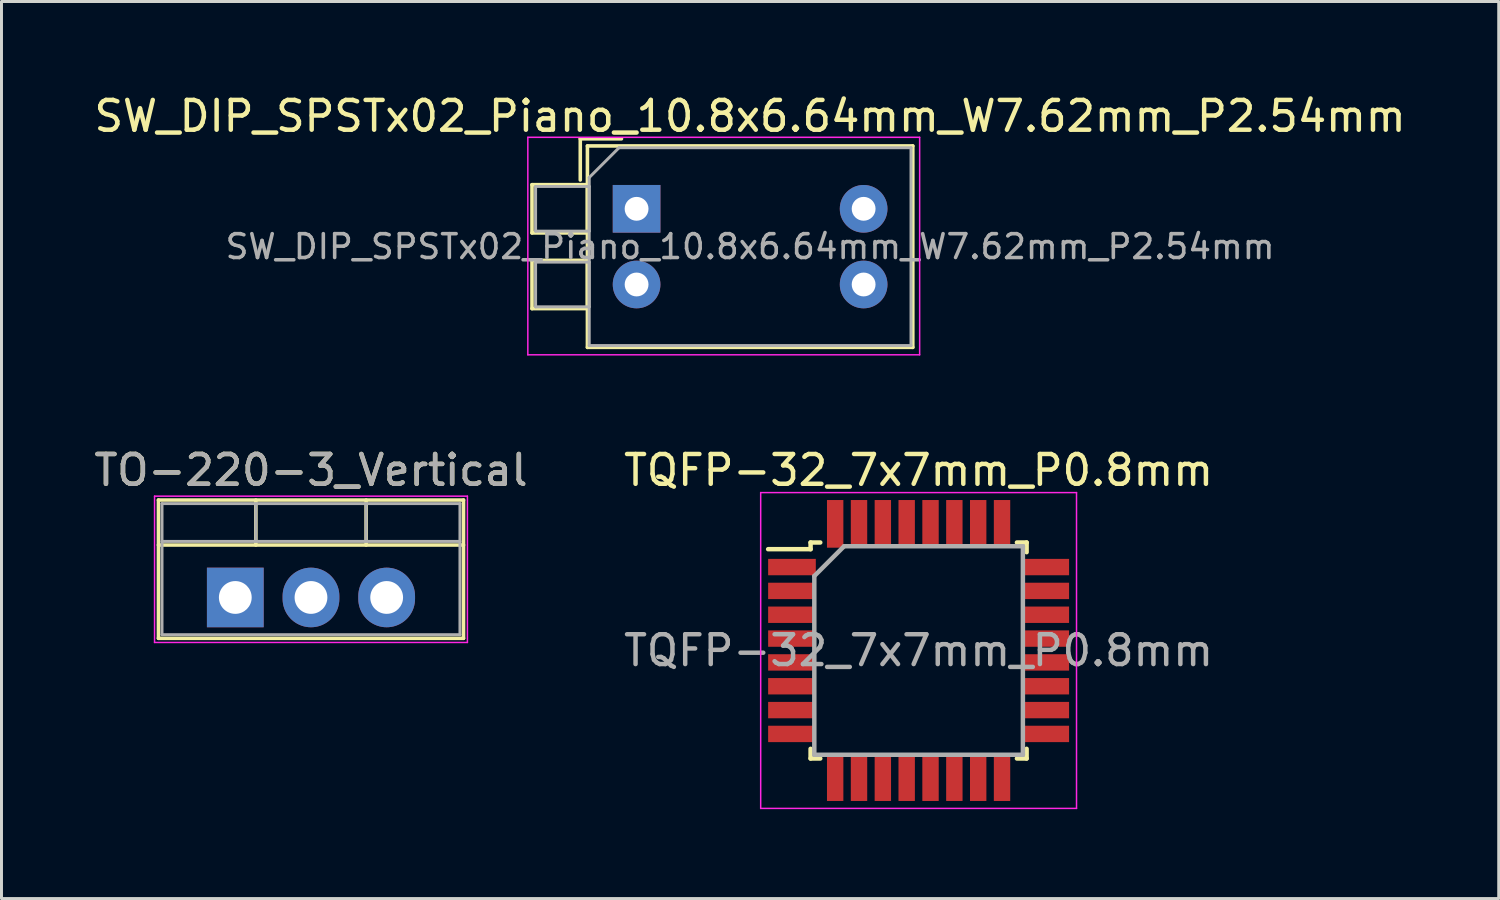
<source format=kicad_pcb>
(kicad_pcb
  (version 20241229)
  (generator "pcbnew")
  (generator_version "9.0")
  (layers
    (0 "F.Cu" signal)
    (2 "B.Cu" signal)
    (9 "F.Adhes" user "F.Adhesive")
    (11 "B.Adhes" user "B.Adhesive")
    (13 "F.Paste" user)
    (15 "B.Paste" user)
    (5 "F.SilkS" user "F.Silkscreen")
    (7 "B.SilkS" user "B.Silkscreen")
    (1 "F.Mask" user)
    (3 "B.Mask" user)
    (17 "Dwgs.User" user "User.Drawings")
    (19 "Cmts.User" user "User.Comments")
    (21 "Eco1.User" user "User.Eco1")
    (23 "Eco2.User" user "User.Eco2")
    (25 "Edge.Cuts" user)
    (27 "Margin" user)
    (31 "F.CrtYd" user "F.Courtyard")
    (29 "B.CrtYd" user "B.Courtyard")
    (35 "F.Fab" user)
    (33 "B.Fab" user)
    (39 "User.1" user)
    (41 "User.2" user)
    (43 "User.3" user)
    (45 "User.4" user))
  (footprint "TO-220-3_Vertical"
    (layer "F.Cu")
    (at 4.847 17.002)
    (property "Reference" "TO-220-3_Vertical" (at 2.54 -4.27 0) (layer "F.SilkS") (effects (font (size 1 1) (thickness 0.15))))
    (attr through_hole)
    (fp_line (start -2.58 -3.27) (end -2.58 1.371) (stroke (width 0.12) (type solid)) (layer "F.SilkS"))
    (fp_line (start -2.58 -3.27) (end 7.66 -3.27) (stroke (width 0.12) (type solid)) (layer "F.SilkS"))
    (fp_line (start -2.58 -1.76) (end 7.66 -1.76) (stroke (width 0.12) (type solid)) (layer "F.SilkS"))
    (fp_line (start -2.58 1.371) (end 7.66 1.371) (stroke (width 0.12) (type solid)) (layer "F.SilkS"))
    (fp_line (start 0.69 -3.27) (end 0.69 -1.76) (stroke (width 0.12) (type solid)) (layer "F.SilkS"))
    (fp_line (start 4.391 -3.27) (end 4.391 -1.76) (stroke (width 0.12) (type solid)) (layer "F.SilkS"))
    (fp_line (start 7.66 -3.27) (end 7.66 1.371) (stroke (width 0.12) (type solid)) (layer "F.SilkS"))
    (fp_line (start -2.71 -3.4) (end -2.71 1.51) (stroke (width 0.05) (type solid)) (layer "F.CrtYd"))
    (fp_line (start -2.71 1.51) (end 7.79 1.51) (stroke (width 0.05) (type solid)) (layer "F.CrtYd"))
    (fp_line (start 7.79 -3.4) (end -2.71 -3.4) (stroke (width 0.05) (type solid)) (layer "F.CrtYd"))
    (fp_line (start 7.79 1.51) (end 7.79 -3.4) (stroke (width 0.05) (type solid)) (layer "F.CrtYd"))
    (fp_line (start -2.46 -3.15) (end -2.46 1.25) (stroke (width 0.1) (type solid)) (layer "F.Fab"))
    (fp_line (start -2.46 -1.88) (end 7.54 -1.88) (stroke (width 0.1) (type solid)) (layer "F.Fab"))
    (fp_line (start -2.46 1.25) (end 7.54 1.25) (stroke (width 0.1) (type solid)) (layer "F.Fab"))
    (fp_line (start 0.69 -3.15) (end 0.69 -1.88) (stroke (width 0.1) (type solid)) (layer "F.Fab"))
    (fp_line (start 4.39 -3.15) (end 4.39 -1.88) (stroke (width 0.1) (type solid)) (layer "F.Fab"))
    (fp_line (start 7.54 -3.15) (end -2.46 -3.15) (stroke (width 0.1) (type solid)) (layer "F.Fab"))
    (fp_line (start 7.54 1.25) (end 7.54 -3.15) (stroke (width 0.1) (type solid)) (layer "F.Fab"))
    (fp_text user "${REFERENCE}" (at 2.54 -4.27 0) (layer "F.Fab") (effects (font (size 1 1) (thickness 0.15))))
    (pad "1" thru_hole rect (at 0 0) (size 1.905 2) (drill 1.1) (layers "*.Cu" "*.Mask"))
    (pad "2" thru_hole oval (at 2.54 0) (size 1.905 2) (drill 1.1) (layers "*.Cu" "*.Mask"))
    (pad "3" thru_hole oval (at 5.08 0) (size 1.905 2) (drill 1.1) (layers "*.Cu" "*.Mask")))
  (footprint "SW_DIP_SPSTx02_Piano_10.8x6.64mm_W7.62mm_P2.54mm"
    (layer "F.Cu")
    (at 18.315 3.958)
    (property "Reference" "SW_DIP_SPSTx02_Piano_10.8x6.64mm_W7.62mm_P2.54mm" (at 3.81 -3.11 180) (layer "F.SilkS") (effects (font (size 1 1) (thickness 0.15))))
    (attr through_hole)
    (fp_line (start -3.51 -0.81) (end -3.51 0.81) (stroke (width 0.12) (type solid)) (layer "F.SilkS"))
    (fp_line (start -3.51 -0.81) (end -1.65 -0.81) (stroke (width 0.12) (type solid)) (layer "F.SilkS"))
    (fp_line (start -3.51 0.81) (end -1.65 0.81) (stroke (width 0.12) (type solid)) (layer "F.SilkS"))
    (fp_line (start -3.51 1.73) (end -3.51 3.35) (stroke (width 0.12) (type solid)) (layer "F.SilkS"))
    (fp_line (start -3.51 1.73) (end -1.65 1.73) (stroke (width 0.12) (type solid)) (layer "F.SilkS"))
    (fp_line (start -3.51 3.35) (end -1.65 3.35) (stroke (width 0.12) (type solid)) (layer "F.SilkS"))
    (fp_line (start -1.89 -2.35) (end -1.89 -0.967) (stroke (width 0.12) (type solid)) (layer "F.SilkS"))
    (fp_line (start -1.89 -2.35) (end -0.507 -2.35) (stroke (width 0.12) (type solid)) (layer "F.SilkS"))
    (fp_line (start -1.65 -2.11) (end -1.65 4.65) (stroke (width 0.12) (type solid)) (layer "F.SilkS"))
    (fp_line (start -1.65 -2.11) (end 9.27 -2.11) (stroke (width 0.12) (type solid)) (layer "F.SilkS"))
    (fp_line (start -1.65 -0.81) (end -1.65 0.81) (stroke (width 0.12) (type solid)) (layer "F.SilkS"))
    (fp_line (start -1.65 1.73) (end -1.65 3.35) (stroke (width 0.12) (type solid)) (layer "F.SilkS"))
    (fp_line (start -1.65 4.65) (end 9.27 4.65) (stroke (width 0.12) (type solid)) (layer "F.SilkS"))
    (fp_line (start 9.27 -2.11) (end 9.27 4.65) (stroke (width 0.12) (type solid)) (layer "F.SilkS"))
    (fp_line (start -3.65 -2.4) (end -3.65 4.9) (stroke (width 0.05) (type solid)) (layer "F.CrtYd"))
    (fp_line (start -3.65 4.9) (end 9.5 4.9) (stroke (width 0.05) (type solid)) (layer "F.CrtYd"))
    (fp_line (start 9.5 -2.4) (end -3.65 -2.4) (stroke (width 0.05) (type solid)) (layer "F.CrtYd"))
    (fp_line (start 9.5 4.9) (end 9.5 -2.4) (stroke (width 0.05) (type solid)) (layer "F.CrtYd"))
    (fp_line (start -3.39 -0.75) (end -1.59 -0.75) (stroke (width 0.1) (type solid)) (layer "F.Fab"))
    (fp_line (start -3.39 0.75) (end -3.39 -0.75) (stroke (width 0.1) (type solid)) (layer "F.Fab"))
    (fp_line (start -3.39 1.79) (end -1.59 1.79) (stroke (width 0.1) (type solid)) (layer "F.Fab"))
    (fp_line (start -3.39 3.29) (end -3.39 1.79) (stroke (width 0.1) (type solid)) (layer "F.Fab"))
    (fp_line (start -1.59 -1.05) (end -0.59 -2.05) (stroke (width 0.1) (type solid)) (layer "F.Fab"))
    (fp_line (start -1.59 -0.75) (end -1.59 0.75) (stroke (width 0.1) (type solid)) (layer "F.Fab"))
    (fp_line (start -1.59 0.75) (end -3.39 0.75) (stroke (width 0.1) (type solid)) (layer "F.Fab"))
    (fp_line (start -1.59 1.79) (end -1.59 3.29) (stroke (width 0.1) (type solid)) (layer "F.Fab"))
    (fp_line (start -1.59 3.29) (end -3.39 3.29) (stroke (width 0.1) (type solid)) (layer "F.Fab"))
    (fp_line (start -1.59 4.59) (end -1.59 -1.05) (stroke (width 0.1) (type solid)) (layer "F.Fab"))
    (fp_line (start -0.59 -2.05) (end 9.21 -2.05) (stroke (width 0.1) (type solid)) (layer "F.Fab"))
    (fp_line (start 9.21 -2.05) (end 9.21 4.59) (stroke (width 0.1) (type solid)) (layer "F.Fab"))
    (fp_line (start 9.21 4.59) (end -1.59 4.59) (stroke (width 0.1) (type solid)) (layer "F.Fab"))
    (fp_text user "${REFERENCE}" (at 3.81 1.27 180) (layer "F.Fab") (effects (font (size 0.8 0.8) (thickness 0.12))))
    (pad "1" thru_hole rect (at 0 0) (size 1.6 1.6) (drill 0.8) (layers "*.Cu" "*.Mask"))
    (pad "2" thru_hole oval (at 0 2.54) (size 1.6 1.6) (drill 0.8) (layers "*.Cu" "*.Mask"))
    (pad "3" thru_hole oval (at 7.62 2.54) (size 1.6 1.6) (drill 0.8) (layers "*.Cu" "*.Mask"))
    (pad "4" thru_hole oval (at 7.62 0) (size 1.6 1.6) (drill 0.8) (layers "*.Cu" "*.Mask")))
  (footprint "TQFP-32_7x7mm_P0.8mm"
    (layer "F.Cu")
    (at 27.78 18.782)
    (property "Reference" "TQFP-32_7x7mm_P0.8mm" (at 0 -6.05 0) (layer "F.SilkS") (effects (font (size 1 1) (thickness 0.15))))
    (attr smd)
    (fp_line (start -3.625 -3.625) (end -3.625 -3.4) (stroke (width 0.15) (type solid)) (layer "F.SilkS"))
    (fp_line (start -3.625 -3.625) (end -3.3 -3.625) (stroke (width 0.15) (type solid)) (layer "F.SilkS"))
    (fp_line (start -3.625 -3.4) (end -5.05 -3.4) (stroke (width 0.15) (type solid)) (layer "F.SilkS"))
    (fp_line (start -3.625 3.625) (end -3.625 3.3) (stroke (width 0.15) (type solid)) (layer "F.SilkS"))
    (fp_line (start -3.625 3.625) (end -3.3 3.625) (stroke (width 0.15) (type solid)) (layer "F.SilkS"))
    (fp_line (start 3.625 -3.625) (end 3.3 -3.625) (stroke (width 0.15) (type solid)) (layer "F.SilkS"))
    (fp_line (start 3.625 -3.625) (end 3.625 -3.3) (stroke (width 0.15) (type solid)) (layer "F.SilkS"))
    (fp_line (start 3.625 3.625) (end 3.3 3.625) (stroke (width 0.15) (type solid)) (layer "F.SilkS"))
    (fp_line (start 3.625 3.625) (end 3.625 3.3) (stroke (width 0.15) (type solid)) (layer "F.SilkS"))
    (fp_line (start -5.3 -5.3) (end -5.3 5.3) (stroke (width 0.05) (type solid)) (layer "F.CrtYd"))
    (fp_line (start -5.3 -5.3) (end 5.3 -5.3) (stroke (width 0.05) (type solid)) (layer "F.CrtYd"))
    (fp_line (start -5.3 5.3) (end 5.3 5.3) (stroke (width 0.05) (type solid)) (layer "F.CrtYd"))
    (fp_line (start 5.3 -5.3) (end 5.3 5.3) (stroke (width 0.05) (type solid)) (layer "F.CrtYd"))
    (fp_line (start -3.5 -2.5) (end -2.5 -3.5) (stroke (width 0.15) (type solid)) (layer "F.Fab"))
    (fp_line (start -3.5 3.5) (end -3.5 -2.5) (stroke (width 0.15) (type solid)) (layer "F.Fab"))
    (fp_line (start -2.5 -3.5) (end 3.5 -3.5) (stroke (width 0.15) (type solid)) (layer "F.Fab"))
    (fp_line (start 3.5 -3.5) (end 3.5 3.5) (stroke (width 0.15) (type solid)) (layer "F.Fab"))
    (fp_line (start 3.5 3.5) (end -3.5 3.5) (stroke (width 0.15) (type solid)) (layer "F.Fab"))
    (fp_text user "${REFERENCE}" (at 0 0 0) (layer "F.Fab") (effects (font (size 1 1) (thickness 0.15))))
    (pad "1" smd rect (at -4.25 -2.8) (size 1.6 0.55) (layers "F.Cu" "F.Mask" "F.Paste"))
    (pad "2" smd rect (at -4.25 -2) (size 1.6 0.55) (layers "F.Cu" "F.Mask" "F.Paste"))
    (pad "3" smd rect (at -4.25 -1.2) (size 1.6 0.55) (layers "F.Cu" "F.Mask" "F.Paste"))
    (pad "4" smd rect (at -4.25 -0.4) (size 1.6 0.55) (layers "F.Cu" "F.Mask" "F.Paste"))
    (pad "5" smd rect (at -4.25 0.4) (size 1.6 0.55) (layers "F.Cu" "F.Mask" "F.Paste"))
    (pad "6" smd rect (at -4.25 1.2) (size 1.6 0.55) (layers "F.Cu" "F.Mask" "F.Paste"))
    (pad "7" smd rect (at -4.25 2) (size 1.6 0.55) (layers "F.Cu" "F.Mask" "F.Paste"))
    (pad "8" smd rect (at -4.25 2.8) (size 1.6 0.55) (layers "F.Cu" "F.Mask" "F.Paste"))
    (pad "9" smd rect (at -2.8 4.25 90) (size 1.6 0.55) (layers "F.Cu" "F.Mask" "F.Paste"))
    (pad "10" smd rect (at -2 4.25 90) (size 1.6 0.55) (layers "F.Cu" "F.Mask" "F.Paste"))
    (pad "11" smd rect (at -1.2 4.25 90) (size 1.6 0.55) (layers "F.Cu" "F.Mask" "F.Paste"))
    (pad "12" smd rect (at -0.4 4.25 90) (size 1.6 0.55) (layers "F.Cu" "F.Mask" "F.Paste"))
    (pad "13" smd rect (at 0.4 4.25 90) (size 1.6 0.55) (layers "F.Cu" "F.Mask" "F.Paste"))
    (pad "14" smd rect (at 1.2 4.25 90) (size 1.6 0.55) (layers "F.Cu" "F.Mask" "F.Paste"))
    (pad "15" smd rect (at 2 4.25 90) (size 1.6 0.55) (layers "F.Cu" "F.Mask" "F.Paste"))
    (pad "16" smd rect (at 2.8 4.25 90) (size 1.6 0.55) (layers "F.Cu" "F.Mask" "F.Paste"))
    (pad "17" smd rect (at 4.25 2.8) (size 1.6 0.55) (layers "F.Cu" "F.Mask" "F.Paste"))
    (pad "18" smd rect (at 4.25 2) (size 1.6 0.55) (layers "F.Cu" "F.Mask" "F.Paste"))
    (pad "19" smd rect (at 4.25 1.2) (size 1.6 0.55) (layers "F.Cu" "F.Mask" "F.Paste"))
    (pad "20" smd rect (at 4.25 0.4) (size 1.6 0.55) (layers "F.Cu" "F.Mask" "F.Paste"))
    (pad "21" smd rect (at 4.25 -0.4) (size 1.6 0.55) (layers "F.Cu" "F.Mask" "F.Paste"))
    (pad "22" smd rect (at 4.25 -1.2) (size 1.6 0.55) (layers "F.Cu" "F.Mask" "F.Paste"))
    (pad "23" smd rect (at 4.25 -2) (size 1.6 0.55) (layers "F.Cu" "F.Mask" "F.Paste"))
    (pad "24" smd rect (at 4.25 -2.8) (size 1.6 0.55) (layers "F.Cu" "F.Mask" "F.Paste"))
    (pad "25" smd rect (at 2.8 -4.25 90) (size 1.6 0.55) (layers "F.Cu" "F.Mask" "F.Paste"))
    (pad "26" smd rect (at 2 -4.25 90) (size 1.6 0.55) (layers "F.Cu" "F.Mask" "F.Paste"))
    (pad "27" smd rect (at 1.2 -4.25 90) (size 1.6 0.55) (layers "F.Cu" "F.Mask" "F.Paste"))
    (pad "28" smd rect (at 0.4 -4.25 90) (size 1.6 0.55) (layers "F.Cu" "F.Mask" "F.Paste"))
    (pad "29" smd rect (at -0.4 -4.25 90) (size 1.6 0.55) (layers "F.Cu" "F.Mask" "F.Paste"))
    (pad "30" smd rect (at -1.2 -4.25 90) (size 1.6 0.55) (layers "F.Cu" "F.Mask" "F.Paste"))
    (pad "31" smd rect (at -2 -4.25 90) (size 1.6 0.55) (layers "F.Cu" "F.Mask" "F.Paste"))
    (pad "32" smd rect (at -2.8 -4.25 90) (size 1.6 0.55) (layers "F.Cu" "F.Mask" "F.Paste")))
  (gr_rect
    (start -3 -3)
    (end 47.25 27.107)
    (stroke (width 0.1) (type default))
    (fill no)
    (layer "Edge.Cuts")))
</source>
